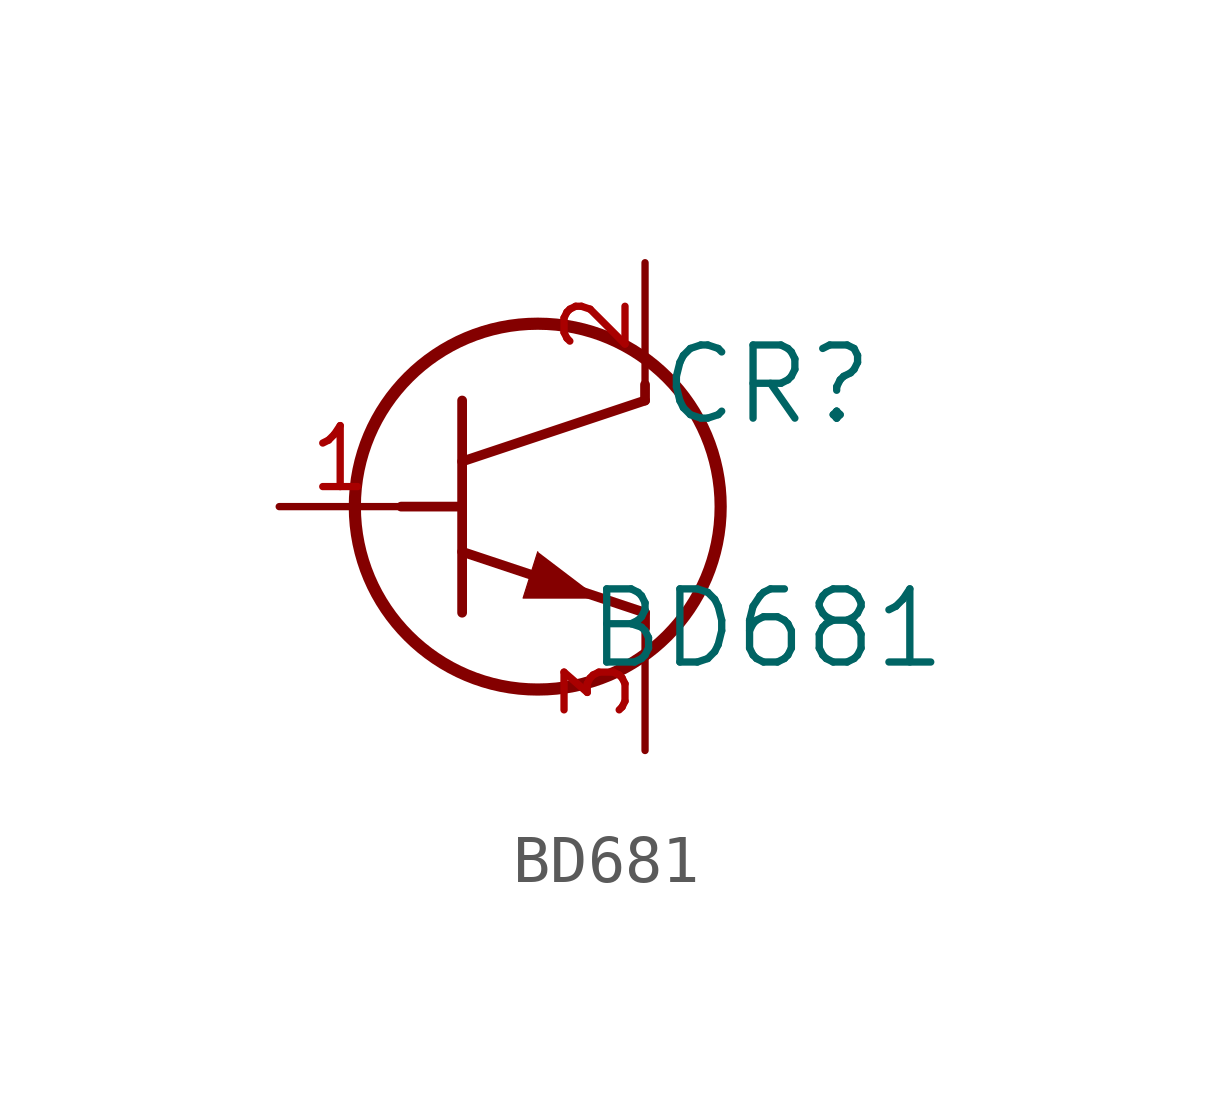
<source format=kicad_sym>
(kicad_symbol_lib
  (version 20211014)
  (generator kicad_symbol_editor)
  (symbol "BD681"
    (pin_names
      (offset 0.254))
    (property "Reference" "CR"
      (at 10.16 2.54 0)
      (effects (font (size 1.524 1.524))))
    (property "Value" "BD681"
      (at 10.16 -2.54 0)
      (effects (font (size 1.524 1.524))))
    (symbol "BD681_0_1"
      (circle (center 5.385 0) (radius 3.81) (stroke (width 0.254) (type default) (color 0 0 0 0)) (fill (type none)))
      (polyline (pts (xy 3.81 -2.21) (xy 3.81 2.21)) (stroke (width 0.203) (type default) (color 0 0 0 0)) (fill (type none)))
      (polyline (pts (xy 3.81 0.94) (xy 7.62 2.21)) (stroke (width 0.203) (type default) (color 0 0 0 0)) (fill (type none)))
      (polyline (pts (xy 3.81 -0.94) (xy 7.62 -2.21)) (stroke (width 0.203) (type default) (color 0 0 0 0)) (fill (type none)))
      (polyline (pts (xy 7.62 -2.54) (xy 7.62 -2.21)) (stroke (width 0.203) (type default) (color 0 0 0 0)) (fill (type none)))
      (polyline (pts (xy 7.62 2.21) (xy 7.62 2.54)) (stroke (width 0.203) (type default) (color 0 0 0 0)) (fill (type none)))
      (polyline (pts (xy 2.54 0) (xy 3.81 0)) (stroke (width 0.203) (type default) (color 0 0 0 0)) (fill (type none)))
      (polyline (pts (xy 5.385 -0.94) (xy 5.08 -1.905) (xy 6.655 -1.905)) (stroke (width 0.025) (type default) (color 0 0 0 0)) (fill (type outline)))
      (pin unspecified line (at 0 0 0) (length 2.54) (name "" (effects (font (size 1.27 1.27)))) (number "1" (effects (font (size 1.27 1.27)))))
      (pin unspecified line (at 7.62 5.08 270) (length 2.54) (name "" (effects (font (size 1.27 1.27)))) (number "2" (effects (font (size 1.27 1.27)))))
      (pin unspecified line (at 7.62 -5.08 90) (length 2.54) (name "" (effects (font (size 1.27 1.27)))) (number "3" (effects (font (size 1.27 1.27))))))))
</source>
